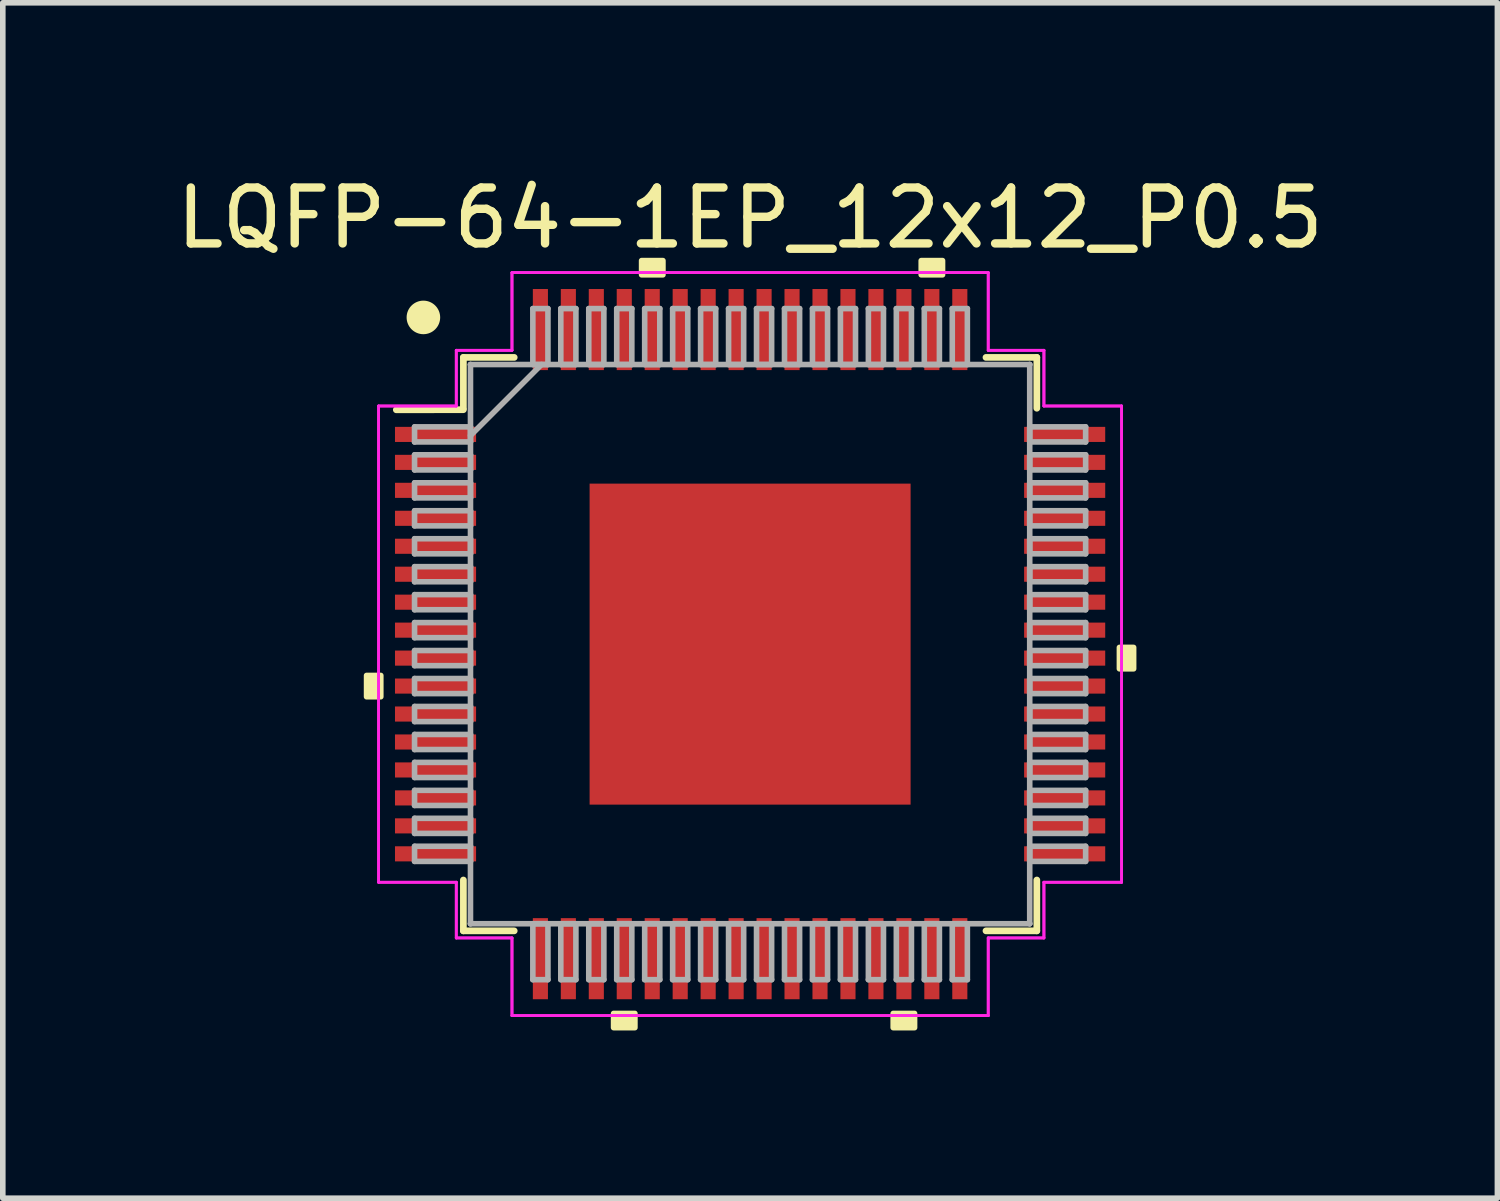
<source format=kicad_pcb>
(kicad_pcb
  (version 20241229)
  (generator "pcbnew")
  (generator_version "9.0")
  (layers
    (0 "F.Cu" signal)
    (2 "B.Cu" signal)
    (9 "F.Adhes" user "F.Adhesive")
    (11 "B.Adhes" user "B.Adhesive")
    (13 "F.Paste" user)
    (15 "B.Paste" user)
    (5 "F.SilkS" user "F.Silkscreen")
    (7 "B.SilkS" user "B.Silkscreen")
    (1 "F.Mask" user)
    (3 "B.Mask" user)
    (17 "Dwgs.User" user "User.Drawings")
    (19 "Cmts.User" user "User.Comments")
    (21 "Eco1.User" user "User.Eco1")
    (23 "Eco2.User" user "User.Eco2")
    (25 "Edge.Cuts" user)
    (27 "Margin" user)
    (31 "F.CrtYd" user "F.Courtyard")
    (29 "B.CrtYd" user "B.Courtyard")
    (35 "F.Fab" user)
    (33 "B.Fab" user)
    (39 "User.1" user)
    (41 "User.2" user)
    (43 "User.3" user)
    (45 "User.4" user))
  (footprint "LQFP-64-1EP_12x12_P0.5"
    (layer "F.Cu")
    (at 10.363 8.468)
    (property "Reference" "LQFP-64-1EP_12x12_P0.5" (at 0 -7.62 0) (layer "F.SilkS") (effects (font (size 1 1) (thickness 0.15))))
    (attr through_hole)
    (fp_line (start -5.127 -5.127) (end -5.127 -4.218) (stroke (width 0.12) (type solid)) (layer "F.SilkS"))
    (fp_line (start -5.127 -4.192) (end -6.326 -4.19) (stroke (width 0.12) (type solid)) (layer "F.SilkS"))
    (fp_line (start -5.127 4.218) (end -5.127 5.127) (stroke (width 0.12) (type solid)) (layer "F.SilkS"))
    (fp_line (start -5.127 5.127) (end -4.218 5.127) (stroke (width 0.12) (type solid)) (layer "F.SilkS"))
    (fp_line (start -4.218 -5.127) (end -5.127 -5.127) (stroke (width 0.12) (type solid)) (layer "F.SilkS"))
    (fp_line (start 4.218 5.127) (end 5.127 5.127) (stroke (width 0.12) (type solid)) (layer "F.SilkS"))
    (fp_line (start 5.127 -5.127) (end 4.218 -5.127) (stroke (width 0.12) (type solid)) (layer "F.SilkS"))
    (fp_line (start 5.127 -4.218) (end 5.127 -5.127) (stroke (width 0.12) (type solid)) (layer "F.SilkS"))
    (fp_line (start 5.127 5.127) (end 5.127 4.218) (stroke (width 0.12) (type solid)) (layer "F.SilkS"))
    (fp_circle (center -5.842 -5.842) (end -5.542 -5.842) (stroke (width 0) (type solid)) (fill yes) (layer "F.SilkS"))
    (fp_poly (pts (xy -6.858 0.56) (xy -6.858 0.941) (xy -6.604 0.941) (xy -6.604 0.56)) (stroke (width 0.1) (type solid)) (fill yes) (layer "F.SilkS"))
    (fp_poly (pts (xy -2.441 6.604) (xy -2.441 6.858) (xy -2.06 6.858) (xy -2.06 6.604)) (stroke (width 0.1) (type solid)) (fill yes) (layer "F.SilkS"))
    (fp_poly (pts (xy -1.94 -6.604) (xy -1.94 -6.858) (xy -1.559 -6.858) (xy -1.559 -6.604)) (stroke (width 0.1) (type solid)) (fill yes) (layer "F.SilkS"))
    (fp_poly (pts (xy 2.559 6.604) (xy 2.559 6.858) (xy 2.941 6.858) (xy 2.941 6.604)) (stroke (width 0.1) (type solid)) (fill yes) (layer "F.SilkS"))
    (fp_poly (pts (xy 3.06 -6.604) (xy 3.06 -6.858) (xy 3.441 -6.858) (xy 3.441 -6.604)) (stroke (width 0.1) (type solid)) (fill yes) (layer "F.SilkS"))
    (fp_poly (pts (xy 6.858 0.059) (xy 6.858 0.441) (xy 6.604 0.441) (xy 6.604 0.059)) (stroke (width 0.1) (type solid)) (fill yes) (layer "F.SilkS"))
    (fp_line (start -6.643 -4.258) (end -5.254 -4.258) (stroke (width 0.05) (type solid)) (layer "F.CrtYd"))
    (fp_line (start -6.643 -4.258) (end -5.254 -4.258) (stroke (width 0.05) (type solid)) (layer "F.CrtYd"))
    (fp_line (start -6.643 4.258) (end -6.643 -4.258) (stroke (width 0.05) (type solid)) (layer "F.CrtYd"))
    (fp_line (start -6.643 4.258) (end -6.643 -4.258) (stroke (width 0.05) (type solid)) (layer "F.CrtYd"))
    (fp_line (start -5.254 -5.254) (end -4.258 -5.254) (stroke (width 0.05) (type solid)) (layer "F.CrtYd"))
    (fp_line (start -5.254 -5.254) (end -4.258 -5.254) (stroke (width 0.05) (type solid)) (layer "F.CrtYd"))
    (fp_line (start -5.254 -4.258) (end -5.254 -5.254) (stroke (width 0.05) (type solid)) (layer "F.CrtYd"))
    (fp_line (start -5.254 -4.258) (end -5.254 -5.254) (stroke (width 0.05) (type solid)) (layer "F.CrtYd"))
    (fp_line (start -5.254 4.258) (end -6.643 4.258) (stroke (width 0.05) (type solid)) (layer "F.CrtYd"))
    (fp_line (start -5.254 4.258) (end -6.643 4.258) (stroke (width 0.05) (type solid)) (layer "F.CrtYd"))
    (fp_line (start -5.254 5.254) (end -5.254 4.258) (stroke (width 0.05) (type solid)) (layer "F.CrtYd"))
    (fp_line (start -5.254 5.254) (end -5.254 4.258) (stroke (width 0.05) (type solid)) (layer "F.CrtYd"))
    (fp_line (start -4.258 -6.643) (end 4.258 -6.643) (stroke (width 0.05) (type solid)) (layer "F.CrtYd"))
    (fp_line (start -4.258 -6.643) (end 4.258 -6.643) (stroke (width 0.05) (type solid)) (layer "F.CrtYd"))
    (fp_line (start -4.258 -5.254) (end -4.258 -6.643) (stroke (width 0.05) (type solid)) (layer "F.CrtYd"))
    (fp_line (start -4.258 -5.254) (end -4.258 -6.643) (stroke (width 0.05) (type solid)) (layer "F.CrtYd"))
    (fp_line (start -4.258 5.254) (end -5.254 5.254) (stroke (width 0.05) (type solid)) (layer "F.CrtYd"))
    (fp_line (start -4.258 5.254) (end -5.254 5.254) (stroke (width 0.05) (type solid)) (layer "F.CrtYd"))
    (fp_line (start -4.258 6.643) (end -4.258 5.254) (stroke (width 0.05) (type solid)) (layer "F.CrtYd"))
    (fp_line (start -4.258 6.643) (end -4.258 5.254) (stroke (width 0.05) (type solid)) (layer "F.CrtYd"))
    (fp_line (start 4.258 -6.643) (end 4.258 -5.254) (stroke (width 0.05) (type solid)) (layer "F.CrtYd"))
    (fp_line (start 4.258 -6.643) (end 4.258 -5.254) (stroke (width 0.05) (type solid)) (layer "F.CrtYd"))
    (fp_line (start 4.258 -5.254) (end 5.254 -5.254) (stroke (width 0.05) (type solid)) (layer "F.CrtYd"))
    (fp_line (start 4.258 -5.254) (end 5.254 -5.254) (stroke (width 0.05) (type solid)) (layer "F.CrtYd"))
    (fp_line (start 4.258 5.254) (end 4.258 6.643) (stroke (width 0.05) (type solid)) (layer "F.CrtYd"))
    (fp_line (start 4.258 5.254) (end 4.258 6.643) (stroke (width 0.05) (type solid)) (layer "F.CrtYd"))
    (fp_line (start 4.258 6.643) (end -4.258 6.643) (stroke (width 0.05) (type solid)) (layer "F.CrtYd"))
    (fp_line (start 4.258 6.643) (end -4.258 6.643) (stroke (width 0.05) (type solid)) (layer "F.CrtYd"))
    (fp_line (start 5.254 -5.254) (end 5.254 -4.258) (stroke (width 0.05) (type solid)) (layer "F.CrtYd"))
    (fp_line (start 5.254 -5.254) (end 5.254 -4.258) (stroke (width 0.05) (type solid)) (layer "F.CrtYd"))
    (fp_line (start 5.254 -4.258) (end 6.643 -4.258) (stroke (width 0.05) (type solid)) (layer "F.CrtYd"))
    (fp_line (start 5.254 -4.258) (end 6.643 -4.258) (stroke (width 0.05) (type solid)) (layer "F.CrtYd"))
    (fp_line (start 5.254 4.258) (end 5.254 5.254) (stroke (width 0.05) (type solid)) (layer "F.CrtYd"))
    (fp_line (start 5.254 4.258) (end 5.254 5.254) (stroke (width 0.05) (type solid)) (layer "F.CrtYd"))
    (fp_line (start 5.254 5.254) (end 4.258 5.254) (stroke (width 0.05) (type solid)) (layer "F.CrtYd"))
    (fp_line (start 5.254 5.254) (end 4.258 5.254) (stroke (width 0.05) (type solid)) (layer "F.CrtYd"))
    (fp_line (start 6.643 -4.258) (end 6.643 4.258) (stroke (width 0.05) (type solid)) (layer "F.CrtYd"))
    (fp_line (start 6.643 -4.258) (end 6.643 4.258) (stroke (width 0.05) (type solid)) (layer "F.CrtYd"))
    (fp_line (start 6.643 4.258) (end 5.254 4.258) (stroke (width 0.05) (type solid)) (layer "F.CrtYd"))
    (fp_line (start 6.643 4.258) (end 5.254 4.258) (stroke (width 0.05) (type solid)) (layer "F.CrtYd"))
    (fp_line (start -6 -3.885) (end -6 -3.615) (stroke (width 0.1) (type solid)) (layer "F.Fab"))
    (fp_line (start -6 -3.615) (end -5 -3.615) (stroke (width 0.1) (type solid)) (layer "F.Fab"))
    (fp_line (start -6 -3.385) (end -6 -3.115) (stroke (width 0.1) (type solid)) (layer "F.Fab"))
    (fp_line (start -6 -3.115) (end -5 -3.115) (stroke (width 0.1) (type solid)) (layer "F.Fab"))
    (fp_line (start -6 -2.885) (end -6 -2.615) (stroke (width 0.1) (type solid)) (layer "F.Fab"))
    (fp_line (start -6 -2.615) (end -5 -2.615) (stroke (width 0.1) (type solid)) (layer "F.Fab"))
    (fp_line (start -6 -2.385) (end -6 -2.115) (stroke (width 0.1) (type solid)) (layer "F.Fab"))
    (fp_line (start -6 -2.115) (end -5 -2.115) (stroke (width 0.1) (type solid)) (layer "F.Fab"))
    (fp_line (start -6 -1.885) (end -6 -1.615) (stroke (width 0.1) (type solid)) (layer "F.Fab"))
    (fp_line (start -6 -1.615) (end -5 -1.615) (stroke (width 0.1) (type solid)) (layer "F.Fab"))
    (fp_line (start -6 -1.385) (end -6 -1.115) (stroke (width 0.1) (type solid)) (layer "F.Fab"))
    (fp_line (start -6 -1.115) (end -5 -1.115) (stroke (width 0.1) (type solid)) (layer "F.Fab"))
    (fp_line (start -6 -0.885) (end -6 -0.615) (stroke (width 0.1) (type solid)) (layer "F.Fab"))
    (fp_line (start -6 -0.615) (end -5 -0.615) (stroke (width 0.1) (type solid)) (layer "F.Fab"))
    (fp_line (start -6 -0.385) (end -6 -0.115) (stroke (width 0.1) (type solid)) (layer "F.Fab"))
    (fp_line (start -6 -0.115) (end -5 -0.115) (stroke (width 0.1) (type solid)) (layer "F.Fab"))
    (fp_line (start -6 0.115) (end -6 0.385) (stroke (width 0.1) (type solid)) (layer "F.Fab"))
    (fp_line (start -6 0.385) (end -5 0.385) (stroke (width 0.1) (type solid)) (layer "F.Fab"))
    (fp_line (start -6 0.615) (end -6 0.885) (stroke (width 0.1) (type solid)) (layer "F.Fab"))
    (fp_line (start -6 0.885) (end -5 0.885) (stroke (width 0.1) (type solid)) (layer "F.Fab"))
    (fp_line (start -6 1.115) (end -6 1.385) (stroke (width 0.1) (type solid)) (layer "F.Fab"))
    (fp_line (start -6 1.385) (end -5 1.385) (stroke (width 0.1) (type solid)) (layer "F.Fab"))
    (fp_line (start -6 1.615) (end -6 1.885) (stroke (width 0.1) (type solid)) (layer "F.Fab"))
    (fp_line (start -6 1.885) (end -5 1.885) (stroke (width 0.1) (type solid)) (layer "F.Fab"))
    (fp_line (start -6 2.115) (end -6 2.385) (stroke (width 0.1) (type solid)) (layer "F.Fab"))
    (fp_line (start -6 2.385) (end -5 2.385) (stroke (width 0.1) (type solid)) (layer "F.Fab"))
    (fp_line (start -6 2.615) (end -6 2.885) (stroke (width 0.1) (type solid)) (layer "F.Fab"))
    (fp_line (start -6 2.885) (end -5 2.885) (stroke (width 0.1) (type solid)) (layer "F.Fab"))
    (fp_line (start -6 3.115) (end -6 3.385) (stroke (width 0.1) (type solid)) (layer "F.Fab"))
    (fp_line (start -6 3.385) (end -5 3.385) (stroke (width 0.1) (type solid)) (layer "F.Fab"))
    (fp_line (start -6 3.615) (end -6 3.885) (stroke (width 0.1) (type solid)) (layer "F.Fab"))
    (fp_line (start -6 3.885) (end -5 3.885) (stroke (width 0.1) (type solid)) (layer "F.Fab"))
    (fp_line (start -5 -5) (end -5 -5) (stroke (width 0.1) (type solid)) (layer "F.Fab"))
    (fp_line (start -5 -5) (end -5 5) (stroke (width 0.1) (type solid)) (layer "F.Fab"))
    (fp_line (start -5 -3.885) (end -6 -3.885) (stroke (width 0.1) (type solid)) (layer "F.Fab"))
    (fp_line (start -5 -3.73) (end -3.73 -5) (stroke (width 0.1) (type solid)) (layer "F.Fab"))
    (fp_line (start -5 -3.615) (end -5 -3.885) (stroke (width 0.1) (type solid)) (layer "F.Fab"))
    (fp_line (start -5 -3.385) (end -6 -3.385) (stroke (width 0.1) (type solid)) (layer "F.Fab"))
    (fp_line (start -5 -3.115) (end -5 -3.385) (stroke (width 0.1) (type solid)) (layer "F.Fab"))
    (fp_line (start -5 -2.885) (end -6 -2.885) (stroke (width 0.1) (type solid)) (layer "F.Fab"))
    (fp_line (start -5 -2.615) (end -5 -2.885) (stroke (width 0.1) (type solid)) (layer "F.Fab"))
    (fp_line (start -5 -2.385) (end -6 -2.385) (stroke (width 0.1) (type solid)) (layer "F.Fab"))
    (fp_line (start -5 -2.115) (end -5 -2.385) (stroke (width 0.1) (type solid)) (layer "F.Fab"))
    (fp_line (start -5 -1.885) (end -6 -1.885) (stroke (width 0.1) (type solid)) (layer "F.Fab"))
    (fp_line (start -5 -1.615) (end -5 -1.885) (stroke (width 0.1) (type solid)) (layer "F.Fab"))
    (fp_line (start -5 -1.385) (end -6 -1.385) (stroke (width 0.1) (type solid)) (layer "F.Fab"))
    (fp_line (start -5 -1.115) (end -5 -1.385) (stroke (width 0.1) (type solid)) (layer "F.Fab"))
    (fp_line (start -5 -0.885) (end -6 -0.885) (stroke (width 0.1) (type solid)) (layer "F.Fab"))
    (fp_line (start -5 -0.615) (end -5 -0.885) (stroke (width 0.1) (type solid)) (layer "F.Fab"))
    (fp_line (start -5 -0.385) (end -6 -0.385) (stroke (width 0.1) (type solid)) (layer "F.Fab"))
    (fp_line (start -5 -0.115) (end -5 -0.385) (stroke (width 0.1) (type solid)) (layer "F.Fab"))
    (fp_line (start -5 0.115) (end -6 0.115) (stroke (width 0.1) (type solid)) (layer "F.Fab"))
    (fp_line (start -5 0.385) (end -5 0.115) (stroke (width 0.1) (type solid)) (layer "F.Fab"))
    (fp_line (start -5 0.615) (end -6 0.615) (stroke (width 0.1) (type solid)) (layer "F.Fab"))
    (fp_line (start -5 0.885) (end -5 0.615) (stroke (width 0.1) (type solid)) (layer "F.Fab"))
    (fp_line (start -5 1.115) (end -6 1.115) (stroke (width 0.1) (type solid)) (layer "F.Fab"))
    (fp_line (start -5 1.385) (end -5 1.115) (stroke (width 0.1) (type solid)) (layer "F.Fab"))
    (fp_line (start -5 1.615) (end -6 1.615) (stroke (width 0.1) (type solid)) (layer "F.Fab"))
    (fp_line (start -5 1.885) (end -5 1.615) (stroke (width 0.1) (type solid)) (layer "F.Fab"))
    (fp_line (start -5 2.115) (end -6 2.115) (stroke (width 0.1) (type solid)) (layer "F.Fab"))
    (fp_line (start -5 2.385) (end -5 2.115) (stroke (width 0.1) (type solid)) (layer "F.Fab"))
    (fp_line (start -5 2.615) (end -6 2.615) (stroke (width 0.1) (type solid)) (layer "F.Fab"))
    (fp_line (start -5 2.885) (end -5 2.615) (stroke (width 0.1) (type solid)) (layer "F.Fab"))
    (fp_line (start -5 3.115) (end -6 3.115) (stroke (width 0.1) (type solid)) (layer "F.Fab"))
    (fp_line (start -5 3.385) (end -5 3.115) (stroke (width 0.1) (type solid)) (layer "F.Fab"))
    (fp_line (start -5 3.615) (end -6 3.615) (stroke (width 0.1) (type solid)) (layer "F.Fab"))
    (fp_line (start -5 3.885) (end -5 3.615) (stroke (width 0.1) (type solid)) (layer "F.Fab"))
    (fp_line (start -5 5) (end -5 5) (stroke (width 0.1) (type solid)) (layer "F.Fab"))
    (fp_line (start -5 5) (end 5 5) (stroke (width 0.1) (type solid)) (layer "F.Fab"))
    (fp_line (start -3.885 -6) (end -3.885 -5) (stroke (width 0.1) (type solid)) (layer "F.Fab"))
    (fp_line (start -3.885 -5) (end -3.615 -5) (stroke (width 0.1) (type solid)) (layer "F.Fab"))
    (fp_line (start -3.885 5) (end -3.885 6) (stroke (width 0.1) (type solid)) (layer "F.Fab"))
    (fp_line (start -3.885 6) (end -3.615 6) (stroke (width 0.1) (type solid)) (layer "F.Fab"))
    (fp_line (start -3.615 -6) (end -3.885 -6) (stroke (width 0.1) (type solid)) (layer "F.Fab"))
    (fp_line (start -3.615 -5) (end -3.615 -6) (stroke (width 0.1) (type solid)) (layer "F.Fab"))
    (fp_line (start -3.615 5) (end -3.885 5) (stroke (width 0.1) (type solid)) (layer "F.Fab"))
    (fp_line (start -3.615 6) (end -3.615 5) (stroke (width 0.1) (type solid)) (layer "F.Fab"))
    (fp_line (start -3.385 -6) (end -3.385 -5) (stroke (width 0.1) (type solid)) (layer "F.Fab"))
    (fp_line (start -3.385 -5) (end -3.115 -5) (stroke (width 0.1) (type solid)) (layer "F.Fab"))
    (fp_line (start -3.385 5) (end -3.385 6) (stroke (width 0.1) (type solid)) (layer "F.Fab"))
    (fp_line (start -3.385 6) (end -3.115 6) (stroke (width 0.1) (type solid)) (layer "F.Fab"))
    (fp_line (start -3.115 -6) (end -3.385 -6) (stroke (width 0.1) (type solid)) (layer "F.Fab"))
    (fp_line (start -3.115 -5) (end -3.115 -6) (stroke (width 0.1) (type solid)) (layer "F.Fab"))
    (fp_line (start -3.115 5) (end -3.385 5) (stroke (width 0.1) (type solid)) (layer "F.Fab"))
    (fp_line (start -3.115 6) (end -3.115 5) (stroke (width 0.1) (type solid)) (layer "F.Fab"))
    (fp_line (start -2.885 -6) (end -2.885 -5) (stroke (width 0.1) (type solid)) (layer "F.Fab"))
    (fp_line (start -2.885 -5) (end -2.615 -5) (stroke (width 0.1) (type solid)) (layer "F.Fab"))
    (fp_line (start -2.885 5) (end -2.885 6) (stroke (width 0.1) (type solid)) (layer "F.Fab"))
    (fp_line (start -2.885 6) (end -2.615 6) (stroke (width 0.1) (type solid)) (layer "F.Fab"))
    (fp_line (start -2.615 -6) (end -2.885 -6) (stroke (width 0.1) (type solid)) (layer "F.Fab"))
    (fp_line (start -2.615 -5) (end -2.615 -6) (stroke (width 0.1) (type solid)) (layer "F.Fab"))
    (fp_line (start -2.615 5) (end -2.885 5) (stroke (width 0.1) (type solid)) (layer "F.Fab"))
    (fp_line (start -2.615 6) (end -2.615 5) (stroke (width 0.1) (type solid)) (layer "F.Fab"))
    (fp_line (start -2.385 -6) (end -2.385 -5) (stroke (width 0.1) (type solid)) (layer "F.Fab"))
    (fp_line (start -2.385 -5) (end -2.115 -5) (stroke (width 0.1) (type solid)) (layer "F.Fab"))
    (fp_line (start -2.385 5) (end -2.385 6) (stroke (width 0.1) (type solid)) (layer "F.Fab"))
    (fp_line (start -2.385 6) (end -2.115 6) (stroke (width 0.1) (type solid)) (layer "F.Fab"))
    (fp_line (start -2.115 -6) (end -2.385 -6) (stroke (width 0.1) (type solid)) (layer "F.Fab"))
    (fp_line (start -2.115 -5) (end -2.115 -6) (stroke (width 0.1) (type solid)) (layer "F.Fab"))
    (fp_line (start -2.115 5) (end -2.385 5) (stroke (width 0.1) (type solid)) (layer "F.Fab"))
    (fp_line (start -2.115 6) (end -2.115 5) (stroke (width 0.1) (type solid)) (layer "F.Fab"))
    (fp_line (start -1.885 -6) (end -1.885 -5) (stroke (width 0.1) (type solid)) (layer "F.Fab"))
    (fp_line (start -1.885 -5) (end -1.615 -5) (stroke (width 0.1) (type solid)) (layer "F.Fab"))
    (fp_line (start -1.885 5) (end -1.885 6) (stroke (width 0.1) (type solid)) (layer "F.Fab"))
    (fp_line (start -1.885 6) (end -1.615 6) (stroke (width 0.1) (type solid)) (layer "F.Fab"))
    (fp_line (start -1.615 -6) (end -1.885 -6) (stroke (width 0.1) (type solid)) (layer "F.Fab"))
    (fp_line (start -1.615 -5) (end -1.615 -6) (stroke (width 0.1) (type solid)) (layer "F.Fab"))
    (fp_line (start -1.615 5) (end -1.885 5) (stroke (width 0.1) (type solid)) (layer "F.Fab"))
    (fp_line (start -1.615 6) (end -1.615 5) (stroke (width 0.1) (type solid)) (layer "F.Fab"))
    (fp_line (start -1.385 -6) (end -1.385 -5) (stroke (width 0.1) (type solid)) (layer "F.Fab"))
    (fp_line (start -1.385 -5) (end -1.115 -5) (stroke (width 0.1) (type solid)) (layer "F.Fab"))
    (fp_line (start -1.385 5) (end -1.385 6) (stroke (width 0.1) (type solid)) (layer "F.Fab"))
    (fp_line (start -1.385 6) (end -1.115 6) (stroke (width 0.1) (type solid)) (layer "F.Fab"))
    (fp_line (start -1.115 -6) (end -1.385 -6) (stroke (width 0.1) (type solid)) (layer "F.Fab"))
    (fp_line (start -1.115 -5) (end -1.115 -6) (stroke (width 0.1) (type solid)) (layer "F.Fab"))
    (fp_line (start -1.115 5) (end -1.385 5) (stroke (width 0.1) (type solid)) (layer "F.Fab"))
    (fp_line (start -1.115 6) (end -1.115 5) (stroke (width 0.1) (type solid)) (layer "F.Fab"))
    (fp_line (start -0.885 -6) (end -0.885 -5) (stroke (width 0.1) (type solid)) (layer "F.Fab"))
    (fp_line (start -0.885 -5) (end -0.615 -5) (stroke (width 0.1) (type solid)) (layer "F.Fab"))
    (fp_line (start -0.885 5) (end -0.885 6) (stroke (width 0.1) (type solid)) (layer "F.Fab"))
    (fp_line (start -0.885 6) (end -0.615 6) (stroke (width 0.1) (type solid)) (layer "F.Fab"))
    (fp_line (start -0.615 -6) (end -0.885 -6) (stroke (width 0.1) (type solid)) (layer "F.Fab"))
    (fp_line (start -0.615 -5) (end -0.615 -6) (stroke (width 0.1) (type solid)) (layer "F.Fab"))
    (fp_line (start -0.615 5) (end -0.885 5) (stroke (width 0.1) (type solid)) (layer "F.Fab"))
    (fp_line (start -0.615 6) (end -0.615 5) (stroke (width 0.1) (type solid)) (layer "F.Fab"))
    (fp_line (start -0.385 -6) (end -0.385 -5) (stroke (width 0.1) (type solid)) (layer "F.Fab"))
    (fp_line (start -0.385 -5) (end -0.115 -5) (stroke (width 0.1) (type solid)) (layer "F.Fab"))
    (fp_line (start -0.385 5) (end -0.385 6) (stroke (width 0.1) (type solid)) (layer "F.Fab"))
    (fp_line (start -0.385 6) (end -0.115 6) (stroke (width 0.1) (type solid)) (layer "F.Fab"))
    (fp_line (start -0.115 -6) (end -0.385 -6) (stroke (width 0.1) (type solid)) (layer "F.Fab"))
    (fp_line (start -0.115 -5) (end -0.115 -6) (stroke (width 0.1) (type solid)) (layer "F.Fab"))
    (fp_line (start -0.115 5) (end -0.385 5) (stroke (width 0.1) (type solid)) (layer "F.Fab"))
    (fp_line (start -0.115 6) (end -0.115 5) (stroke (width 0.1) (type solid)) (layer "F.Fab"))
    (fp_line (start 0.115 -6) (end 0.115 -5) (stroke (width 0.1) (type solid)) (layer "F.Fab"))
    (fp_line (start 0.115 -5) (end 0.385 -5) (stroke (width 0.1) (type solid)) (layer "F.Fab"))
    (fp_line (start 0.115 5) (end 0.115 6) (stroke (width 0.1) (type solid)) (layer "F.Fab"))
    (fp_line (start 0.115 6) (end 0.385 6) (stroke (width 0.1) (type solid)) (layer "F.Fab"))
    (fp_line (start 0.385 -6) (end 0.115 -6) (stroke (width 0.1) (type solid)) (layer "F.Fab"))
    (fp_line (start 0.385 -5) (end 0.385 -6) (stroke (width 0.1) (type solid)) (layer "F.Fab"))
    (fp_line (start 0.385 5) (end 0.115 5) (stroke (width 0.1) (type solid)) (layer "F.Fab"))
    (fp_line (start 0.385 6) (end 0.385 5) (stroke (width 0.1) (type solid)) (layer "F.Fab"))
    (fp_line (start 0.615 -6) (end 0.615 -5) (stroke (width 0.1) (type solid)) (layer "F.Fab"))
    (fp_line (start 0.615 -5) (end 0.885 -5) (stroke (width 0.1) (type solid)) (layer "F.Fab"))
    (fp_line (start 0.615 5) (end 0.615 6) (stroke (width 0.1) (type solid)) (layer "F.Fab"))
    (fp_line (start 0.615 6) (end 0.885 6) (stroke (width 0.1) (type solid)) (layer "F.Fab"))
    (fp_line (start 0.885 -6) (end 0.615 -6) (stroke (width 0.1) (type solid)) (layer "F.Fab"))
    (fp_line (start 0.885 -5) (end 0.885 -6) (stroke (width 0.1) (type solid)) (layer "F.Fab"))
    (fp_line (start 0.885 5) (end 0.615 5) (stroke (width 0.1) (type solid)) (layer "F.Fab"))
    (fp_line (start 0.885 6) (end 0.885 5) (stroke (width 0.1) (type solid)) (layer "F.Fab"))
    (fp_line (start 1.115 -6) (end 1.115 -5) (stroke (width 0.1) (type solid)) (layer "F.Fab"))
    (fp_line (start 1.115 -5) (end 1.385 -5) (stroke (width 0.1) (type solid)) (layer "F.Fab"))
    (fp_line (start 1.115 5) (end 1.115 6) (stroke (width 0.1) (type solid)) (layer "F.Fab"))
    (fp_line (start 1.115 6) (end 1.385 6) (stroke (width 0.1) (type solid)) (layer "F.Fab"))
    (fp_line (start 1.385 -6) (end 1.115 -6) (stroke (width 0.1) (type solid)) (layer "F.Fab"))
    (fp_line (start 1.385 -5) (end 1.385 -6) (stroke (width 0.1) (type solid)) (layer "F.Fab"))
    (fp_line (start 1.385 5) (end 1.115 5) (stroke (width 0.1) (type solid)) (layer "F.Fab"))
    (fp_line (start 1.385 6) (end 1.385 5) (stroke (width 0.1) (type solid)) (layer "F.Fab"))
    (fp_line (start 1.615 -6) (end 1.615 -5) (stroke (width 0.1) (type solid)) (layer "F.Fab"))
    (fp_line (start 1.615 -5) (end 1.885 -5) (stroke (width 0.1) (type solid)) (layer "F.Fab"))
    (fp_line (start 1.615 5) (end 1.615 6) (stroke (width 0.1) (type solid)) (layer "F.Fab"))
    (fp_line (start 1.615 6) (end 1.885 6) (stroke (width 0.1) (type solid)) (layer "F.Fab"))
    (fp_line (start 1.885 -6) (end 1.615 -6) (stroke (width 0.1) (type solid)) (layer "F.Fab"))
    (fp_line (start 1.885 -5) (end 1.885 -6) (stroke (width 0.1) (type solid)) (layer "F.Fab"))
    (fp_line (start 1.885 5) (end 1.615 5) (stroke (width 0.1) (type solid)) (layer "F.Fab"))
    (fp_line (start 1.885 6) (end 1.885 5) (stroke (width 0.1) (type solid)) (layer "F.Fab"))
    (fp_line (start 2.115 -6) (end 2.115 -5) (stroke (width 0.1) (type solid)) (layer "F.Fab"))
    (fp_line (start 2.115 -5) (end 2.385 -5) (stroke (width 0.1) (type solid)) (layer "F.Fab"))
    (fp_line (start 2.115 5) (end 2.115 6) (stroke (width 0.1) (type solid)) (layer "F.Fab"))
    (fp_line (start 2.115 6) (end 2.385 6) (stroke (width 0.1) (type solid)) (layer "F.Fab"))
    (fp_line (start 2.385 -6) (end 2.115 -6) (stroke (width 0.1) (type solid)) (layer "F.Fab"))
    (fp_line (start 2.385 -5) (end 2.385 -6) (stroke (width 0.1) (type solid)) (layer "F.Fab"))
    (fp_line (start 2.385 5) (end 2.115 5) (stroke (width 0.1) (type solid)) (layer "F.Fab"))
    (fp_line (start 2.385 6) (end 2.385 5) (stroke (width 0.1) (type solid)) (layer "F.Fab"))
    (fp_line (start 2.615 -6) (end 2.615 -5) (stroke (width 0.1) (type solid)) (layer "F.Fab"))
    (fp_line (start 2.615 -5) (end 2.885 -5) (stroke (width 0.1) (type solid)) (layer "F.Fab"))
    (fp_line (start 2.615 5) (end 2.615 6) (stroke (width 0.1) (type solid)) (layer "F.Fab"))
    (fp_line (start 2.615 6) (end 2.885 6) (stroke (width 0.1) (type solid)) (layer "F.Fab"))
    (fp_line (start 2.885 -6) (end 2.615 -6) (stroke (width 0.1) (type solid)) (layer "F.Fab"))
    (fp_line (start 2.885 -5) (end 2.885 -6) (stroke (width 0.1) (type solid)) (layer "F.Fab"))
    (fp_line (start 2.885 5) (end 2.615 5) (stroke (width 0.1) (type solid)) (layer "F.Fab"))
    (fp_line (start 2.885 6) (end 2.885 5) (stroke (width 0.1) (type solid)) (layer "F.Fab"))
    (fp_line (start 3.115 -6) (end 3.115 -5) (stroke (width 0.1) (type solid)) (layer "F.Fab"))
    (fp_line (start 3.115 -5) (end 3.385 -5) (stroke (width 0.1) (type solid)) (layer "F.Fab"))
    (fp_line (start 3.115 5) (end 3.115 6) (stroke (width 0.1) (type solid)) (layer "F.Fab"))
    (fp_line (start 3.115 6) (end 3.385 6) (stroke (width 0.1) (type solid)) (layer "F.Fab"))
    (fp_line (start 3.385 -6) (end 3.115 -6) (stroke (width 0.1) (type solid)) (layer "F.Fab"))
    (fp_line (start 3.385 -5) (end 3.385 -6) (stroke (width 0.1) (type solid)) (layer "F.Fab"))
    (fp_line (start 3.385 5) (end 3.115 5) (stroke (width 0.1) (type solid)) (layer "F.Fab"))
    (fp_line (start 3.385 6) (end 3.385 5) (stroke (width 0.1) (type solid)) (layer "F.Fab"))
    (fp_line (start 3.615 -6) (end 3.615 -5) (stroke (width 0.1) (type solid)) (layer "F.Fab"))
    (fp_line (start 3.615 -5) (end 3.885 -5) (stroke (width 0.1) (type solid)) (layer "F.Fab"))
    (fp_line (start 3.615 5) (end 3.615 6) (stroke (width 0.1) (type solid)) (layer "F.Fab"))
    (fp_line (start 3.615 6) (end 3.885 6) (stroke (width 0.1) (type solid)) (layer "F.Fab"))
    (fp_line (start 3.885 -6) (end 3.615 -6) (stroke (width 0.1) (type solid)) (layer "F.Fab"))
    (fp_line (start 3.885 -5) (end 3.885 -6) (stroke (width 0.1) (type solid)) (layer "F.Fab"))
    (fp_line (start 3.885 5) (end 3.615 5) (stroke (width 0.1) (type solid)) (layer "F.Fab"))
    (fp_line (start 3.885 6) (end 3.885 5) (stroke (width 0.1) (type solid)) (layer "F.Fab"))
    (fp_line (start 5 -5) (end -5 -5) (stroke (width 0.1) (type solid)) (layer "F.Fab"))
    (fp_line (start 5 -5) (end 5 -5) (stroke (width 0.1) (type solid)) (layer "F.Fab"))
    (fp_line (start 5 -3.885) (end 5 -3.615) (stroke (width 0.1) (type solid)) (layer "F.Fab"))
    (fp_line (start 5 -3.615) (end 6 -3.615) (stroke (width 0.1) (type solid)) (layer "F.Fab"))
    (fp_line (start 5 -3.385) (end 5 -3.115) (stroke (width 0.1) (type solid)) (layer "F.Fab"))
    (fp_line (start 5 -3.115) (end 6 -3.115) (stroke (width 0.1) (type solid)) (layer "F.Fab"))
    (fp_line (start 5 -2.885) (end 5 -2.615) (stroke (width 0.1) (type solid)) (layer "F.Fab"))
    (fp_line (start 5 -2.615) (end 6 -2.615) (stroke (width 0.1) (type solid)) (layer "F.Fab"))
    (fp_line (start 5 -2.385) (end 5 -2.115) (stroke (width 0.1) (type solid)) (layer "F.Fab"))
    (fp_line (start 5 -2.115) (end 6 -2.115) (stroke (width 0.1) (type solid)) (layer "F.Fab"))
    (fp_line (start 5 -1.885) (end 5 -1.615) (stroke (width 0.1) (type solid)) (layer "F.Fab"))
    (fp_line (start 5 -1.615) (end 6 -1.615) (stroke (width 0.1) (type solid)) (layer "F.Fab"))
    (fp_line (start 5 -1.385) (end 5 -1.115) (stroke (width 0.1) (type solid)) (layer "F.Fab"))
    (fp_line (start 5 -1.115) (end 6 -1.115) (stroke (width 0.1) (type solid)) (layer "F.Fab"))
    (fp_line (start 5 -0.885) (end 5 -0.615) (stroke (width 0.1) (type solid)) (layer "F.Fab"))
    (fp_line (start 5 -0.615) (end 6 -0.615) (stroke (width 0.1) (type solid)) (layer "F.Fab"))
    (fp_line (start 5 -0.385) (end 5 -0.115) (stroke (width 0.1) (type solid)) (layer "F.Fab"))
    (fp_line (start 5 -0.115) (end 6 -0.115) (stroke (width 0.1) (type solid)) (layer "F.Fab"))
    (fp_line (start 5 0.115) (end 5 0.385) (stroke (width 0.1) (type solid)) (layer "F.Fab"))
    (fp_line (start 5 0.385) (end 6 0.385) (stroke (width 0.1) (type solid)) (layer "F.Fab"))
    (fp_line (start 5 0.615) (end 5 0.885) (stroke (width 0.1) (type solid)) (layer "F.Fab"))
    (fp_line (start 5 0.885) (end 6 0.885) (stroke (width 0.1) (type solid)) (layer "F.Fab"))
    (fp_line (start 5 1.115) (end 5 1.385) (stroke (width 0.1) (type solid)) (layer "F.Fab"))
    (fp_line (start 5 1.385) (end 6 1.385) (stroke (width 0.1) (type solid)) (layer "F.Fab"))
    (fp_line (start 5 1.615) (end 5 1.885) (stroke (width 0.1) (type solid)) (layer "F.Fab"))
    (fp_line (start 5 1.885) (end 6 1.885) (stroke (width 0.1) (type solid)) (layer "F.Fab"))
    (fp_line (start 5 2.115) (end 5 2.385) (stroke (width 0.1) (type solid)) (layer "F.Fab"))
    (fp_line (start 5 2.385) (end 6 2.385) (stroke (width 0.1) (type solid)) (layer "F.Fab"))
    (fp_line (start 5 2.615) (end 5 2.885) (stroke (width 0.1) (type solid)) (layer "F.Fab"))
    (fp_line (start 5 2.885) (end 6 2.885) (stroke (width 0.1) (type solid)) (layer "F.Fab"))
    (fp_line (start 5 3.115) (end 5 3.385) (stroke (width 0.1) (type solid)) (layer "F.Fab"))
    (fp_line (start 5 3.385) (end 6 3.385) (stroke (width 0.1) (type solid)) (layer "F.Fab"))
    (fp_line (start 5 3.615) (end 5 3.885) (stroke (width 0.1) (type solid)) (layer "F.Fab"))
    (fp_line (start 5 3.885) (end 6 3.885) (stroke (width 0.1) (type solid)) (layer "F.Fab"))
    (fp_line (start 5 5) (end 5 -5) (stroke (width 0.1) (type solid)) (layer "F.Fab"))
    (fp_line (start 5 5) (end 5 5) (stroke (width 0.1) (type solid)) (layer "F.Fab"))
    (fp_line (start 6 -3.885) (end 5 -3.885) (stroke (width 0.1) (type solid)) (layer "F.Fab"))
    (fp_line (start 6 -3.615) (end 6 -3.885) (stroke (width 0.1) (type solid)) (layer "F.Fab"))
    (fp_line (start 6 -3.385) (end 5 -3.385) (stroke (width 0.1) (type solid)) (layer "F.Fab"))
    (fp_line (start 6 -3.115) (end 6 -3.385) (stroke (width 0.1) (type solid)) (layer "F.Fab"))
    (fp_line (start 6 -2.885) (end 5 -2.885) (stroke (width 0.1) (type solid)) (layer "F.Fab"))
    (fp_line (start 6 -2.615) (end 6 -2.885) (stroke (width 0.1) (type solid)) (layer "F.Fab"))
    (fp_line (start 6 -2.385) (end 5 -2.385) (stroke (width 0.1) (type solid)) (layer "F.Fab"))
    (fp_line (start 6 -2.115) (end 6 -2.385) (stroke (width 0.1) (type solid)) (layer "F.Fab"))
    (fp_line (start 6 -1.885) (end 5 -1.885) (stroke (width 0.1) (type solid)) (layer "F.Fab"))
    (fp_line (start 6 -1.615) (end 6 -1.885) (stroke (width 0.1) (type solid)) (layer "F.Fab"))
    (fp_line (start 6 -1.385) (end 5 -1.385) (stroke (width 0.1) (type solid)) (layer "F.Fab"))
    (fp_line (start 6 -1.115) (end 6 -1.385) (stroke (width 0.1) (type solid)) (layer "F.Fab"))
    (fp_line (start 6 -0.885) (end 5 -0.885) (stroke (width 0.1) (type solid)) (layer "F.Fab"))
    (fp_line (start 6 -0.615) (end 6 -0.885) (stroke (width 0.1) (type solid)) (layer "F.Fab"))
    (fp_line (start 6 -0.385) (end 5 -0.385) (stroke (width 0.1) (type solid)) (layer "F.Fab"))
    (fp_line (start 6 -0.115) (end 6 -0.385) (stroke (width 0.1) (type solid)) (layer "F.Fab"))
    (fp_line (start 6 0.115) (end 5 0.115) (stroke (width 0.1) (type solid)) (layer "F.Fab"))
    (fp_line (start 6 0.385) (end 6 0.115) (stroke (width 0.1) (type solid)) (layer "F.Fab"))
    (fp_line (start 6 0.615) (end 5 0.615) (stroke (width 0.1) (type solid)) (layer "F.Fab"))
    (fp_line (start 6 0.885) (end 6 0.615) (stroke (width 0.1) (type solid)) (layer "F.Fab"))
    (fp_line (start 6 1.115) (end 5 1.115) (stroke (width 0.1) (type solid)) (layer "F.Fab"))
    (fp_line (start 6 1.385) (end 6 1.115) (stroke (width 0.1) (type solid)) (layer "F.Fab"))
    (fp_line (start 6 1.615) (end 5 1.615) (stroke (width 0.1) (type solid)) (layer "F.Fab"))
    (fp_line (start 6 1.885) (end 6 1.615) (stroke (width 0.1) (type solid)) (layer "F.Fab"))
    (fp_line (start 6 2.115) (end 5 2.115) (stroke (width 0.1) (type solid)) (layer "F.Fab"))
    (fp_line (start 6 2.385) (end 6 2.115) (stroke (width 0.1) (type solid)) (layer "F.Fab"))
    (fp_line (start 6 2.615) (end 5 2.615) (stroke (width 0.1) (type solid)) (layer "F.Fab"))
    (fp_line (start 6 2.885) (end 6 2.615) (stroke (width 0.1) (type solid)) (layer "F.Fab"))
    (fp_line (start 6 3.115) (end 5 3.115) (stroke (width 0.1) (type solid)) (layer "F.Fab"))
    (fp_line (start 6 3.385) (end 6 3.115) (stroke (width 0.1) (type solid)) (layer "F.Fab"))
    (fp_line (start 6 3.615) (end 5 3.615) (stroke (width 0.1) (type solid)) (layer "F.Fab"))
    (fp_line (start 6 3.885) (end 6 3.615) (stroke (width 0.1) (type solid)) (layer "F.Fab"))
    (pad "1" smd rect (at -5.625 -3.75 90) (size 0.27 1.45) (layers "F.Cu" "F.Mask" "F.Paste"))
    (pad "2" smd rect (at -5.625 -3.25 90) (size 0.27 1.45) (layers "F.Cu" "F.Mask" "F.Paste"))
    (pad "3" smd rect (at -5.625 -2.75 90) (size 0.27 1.45) (layers "F.Cu" "F.Mask" "F.Paste"))
    (pad "4" smd rect (at -5.625 -2.25 90) (size 0.27 1.45) (layers "F.Cu" "F.Mask" "F.Paste"))
    (pad "5" smd rect (at -5.625 -1.75 90) (size 0.27 1.45) (layers "F.Cu" "F.Mask" "F.Paste"))
    (pad "6" smd rect (at -5.625 -1.25 90) (size 0.27 1.45) (layers "F.Cu" "F.Mask" "F.Paste"))
    (pad "7" smd rect (at -5.625 -0.75 90) (size 0.27 1.45) (layers "F.Cu" "F.Mask" "F.Paste"))
    (pad "8" smd rect (at -5.625 -0.25 90) (size 0.27 1.45) (layers "F.Cu" "F.Mask" "F.Paste"))
    (pad "9" smd rect (at -5.625 0.25 90) (size 0.27 1.45) (layers "F.Cu" "F.Mask" "F.Paste"))
    (pad "10" smd rect (at -5.625 0.75 90) (size 0.27 1.45) (layers "F.Cu" "F.Mask" "F.Paste"))
    (pad "11" smd rect (at -5.625 1.25 90) (size 0.27 1.45) (layers "F.Cu" "F.Mask" "F.Paste"))
    (pad "12" smd rect (at -5.625 1.75 90) (size 0.27 1.45) (layers "F.Cu" "F.Mask" "F.Paste"))
    (pad "13" smd rect (at -5.625 2.25 90) (size 0.27 1.45) (layers "F.Cu" "F.Mask" "F.Paste"))
    (pad "14" smd rect (at -5.625 2.75 90) (size 0.27 1.45) (layers "F.Cu" "F.Mask" "F.Paste"))
    (pad "15" smd rect (at -5.625 3.25 90) (size 0.27 1.45) (layers "F.Cu" "F.Mask" "F.Paste"))
    (pad "16" smd rect (at -5.625 3.75 90) (size 0.27 1.45) (layers "F.Cu" "F.Mask" "F.Paste"))
    (pad "17" smd rect (at -3.75 5.625) (size 0.27 1.45) (layers "F.Cu" "F.Mask" "F.Paste"))
    (pad "18" smd rect (at -3.25 5.625) (size 0.27 1.45) (layers "F.Cu" "F.Mask" "F.Paste"))
    (pad "19" smd rect (at -2.75 5.625) (size 0.27 1.45) (layers "F.Cu" "F.Mask" "F.Paste"))
    (pad "20" smd rect (at -2.25 5.625) (size 0.27 1.45) (layers "F.Cu" "F.Mask" "F.Paste"))
    (pad "21" smd rect (at -1.75 5.625) (size 0.27 1.45) (layers "F.Cu" "F.Mask" "F.Paste"))
    (pad "22" smd rect (at -1.25 5.625) (size 0.27 1.45) (layers "F.Cu" "F.Mask" "F.Paste"))
    (pad "23" smd rect (at -0.75 5.625) (size 0.27 1.45) (layers "F.Cu" "F.Mask" "F.Paste"))
    (pad "24" smd rect (at -0.25 5.625) (size 0.27 1.45) (layers "F.Cu" "F.Mask" "F.Paste"))
    (pad "25" smd rect (at 0.25 5.625) (size 0.27 1.45) (layers "F.Cu" "F.Mask" "F.Paste"))
    (pad "26" smd rect (at 0.75 5.625) (size 0.27 1.45) (layers "F.Cu" "F.Mask" "F.Paste"))
    (pad "27" smd rect (at 1.25 5.625) (size 0.27 1.45) (layers "F.Cu" "F.Mask" "F.Paste"))
    (pad "28" smd rect (at 1.75 5.625) (size 0.27 1.45) (layers "F.Cu" "F.Mask" "F.Paste"))
    (pad "29" smd rect (at 2.25 5.625) (size 0.27 1.45) (layers "F.Cu" "F.Mask" "F.Paste"))
    (pad "30" smd rect (at 2.75 5.625) (size 0.27 1.45) (layers "F.Cu" "F.Mask" "F.Paste"))
    (pad "31" smd rect (at 3.25 5.625) (size 0.27 1.45) (layers "F.Cu" "F.Mask" "F.Paste"))
    (pad "32" smd rect (at 3.75 5.625) (size 0.27 1.45) (layers "F.Cu" "F.Mask" "F.Paste"))
    (pad "33" smd rect (at 5.625 3.75 90) (size 0.27 1.45) (layers "F.Cu" "F.Mask" "F.Paste"))
    (pad "34" smd rect (at 5.625 3.25 90) (size 0.27 1.45) (layers "F.Cu" "F.Mask" "F.Paste"))
    (pad "35" smd rect (at 5.625 2.75 90) (size 0.27 1.45) (layers "F.Cu" "F.Mask" "F.Paste"))
    (pad "36" smd rect (at 5.625 2.25 90) (size 0.27 1.45) (layers "F.Cu" "F.Mask" "F.Paste"))
    (pad "37" smd rect (at 5.625 1.75 90) (size 0.27 1.45) (layers "F.Cu" "F.Mask" "F.Paste"))
    (pad "38" smd rect (at 5.625 1.25 90) (size 0.27 1.45) (layers "F.Cu" "F.Mask" "F.Paste"))
    (pad "39" smd rect (at 5.625 0.75 90) (size 0.27 1.45) (layers "F.Cu" "F.Mask" "F.Paste"))
    (pad "40" smd rect (at 5.625 0.25 90) (size 0.27 1.45) (layers "F.Cu" "F.Mask" "F.Paste"))
    (pad "41" smd rect (at 5.625 -0.25 90) (size 0.27 1.45) (layers "F.Cu" "F.Mask" "F.Paste"))
    (pad "42" smd rect (at 5.625 -0.75 90) (size 0.27 1.45) (layers "F.Cu" "F.Mask" "F.Paste"))
    (pad "43" smd rect (at 5.625 -1.25 90) (size 0.27 1.45) (layers "F.Cu" "F.Mask" "F.Paste"))
    (pad "44" smd rect (at 5.625 -1.75 90) (size 0.27 1.45) (layers "F.Cu" "F.Mask" "F.Paste"))
    (pad "45" smd rect (at 5.625 -2.25 90) (size 0.27 1.45) (layers "F.Cu" "F.Mask" "F.Paste"))
    (pad "46" smd rect (at 5.625 -2.75 90) (size 0.27 1.45) (layers "F.Cu" "F.Mask" "F.Paste"))
    (pad "47" smd rect (at 5.625 -3.25 90) (size 0.27 1.45) (layers "F.Cu" "F.Mask" "F.Paste"))
    (pad "48" smd rect (at 5.625 -3.75 90) (size 0.27 1.45) (layers "F.Cu" "F.Mask" "F.Paste"))
    (pad "49" smd rect (at 3.75 -5.625) (size 0.27 1.45) (layers "F.Cu" "F.Mask" "F.Paste"))
    (pad "50" smd rect (at 3.25 -5.625) (size 0.27 1.45) (layers "F.Cu" "F.Mask" "F.Paste"))
    (pad "51" smd rect (at 2.75 -5.625) (size 0.27 1.45) (layers "F.Cu" "F.Mask" "F.Paste"))
    (pad "52" smd rect (at 2.25 -5.625) (size 0.27 1.45) (layers "F.Cu" "F.Mask" "F.Paste"))
    (pad "53" smd rect (at 1.75 -5.625) (size 0.27 1.45) (layers "F.Cu" "F.Mask" "F.Paste"))
    (pad "54" smd rect (at 1.25 -5.625) (size 0.27 1.45) (layers "F.Cu" "F.Mask" "F.Paste"))
    (pad "55" smd rect (at 0.75 -5.625) (size 0.27 1.45) (layers "F.Cu" "F.Mask" "F.Paste"))
    (pad "56" smd rect (at 0.25 -5.625) (size 0.27 1.45) (layers "F.Cu" "F.Mask" "F.Paste"))
    (pad "57" smd rect (at -0.25 -5.625) (size 0.27 1.45) (layers "F.Cu" "F.Mask" "F.Paste"))
    (pad "58" smd rect (at -0.75 -5.625) (size 0.27 1.45) (layers "F.Cu" "F.Mask" "F.Paste"))
    (pad "59" smd rect (at -1.25 -5.625) (size 0.27 1.45) (layers "F.Cu" "F.Mask" "F.Paste"))
    (pad "60" smd rect (at -1.75 -5.625) (size 0.27 1.45) (layers "F.Cu" "F.Mask" "F.Paste"))
    (pad "61" smd rect (at -2.25 -5.625) (size 0.27 1.45) (layers "F.Cu" "F.Mask" "F.Paste"))
    (pad "62" smd rect (at -2.75 -5.625) (size 0.27 1.45) (layers "F.Cu" "F.Mask" "F.Paste"))
    (pad "63" smd rect (at -3.25 -5.625) (size 0.27 1.45) (layers "F.Cu" "F.Mask" "F.Paste"))
    (pad "64" smd rect (at -3.75 -5.625) (size 0.27 1.45) (layers "F.Cu" "F.Mask" "F.Paste"))
    (pad "EPAD1" smd rect (at 0 0) (size 5.74 5.74) (layers "F.Cu" "F.Mask")))
  (gr_rect
    (start -3 -3)
    (end 23.726 18.376)
    (stroke (width 0.1) (type default))
    (fill no)
    (layer "Edge.Cuts")))
</source>
